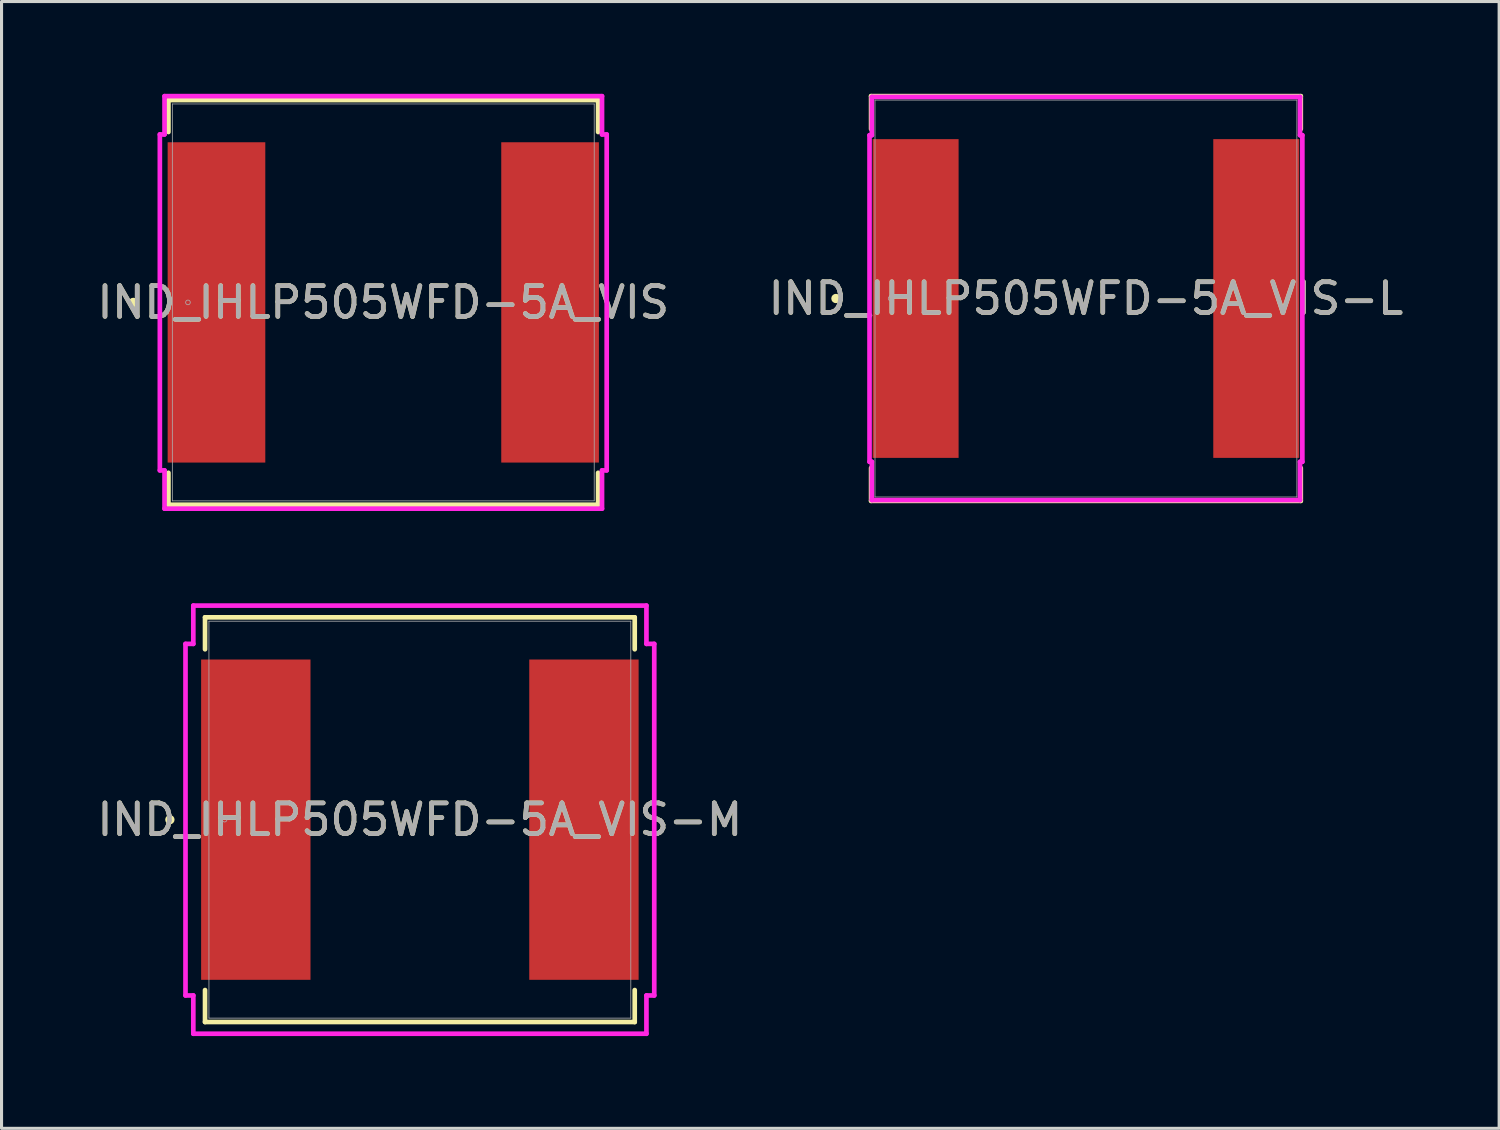
<source format=kicad_pcb>
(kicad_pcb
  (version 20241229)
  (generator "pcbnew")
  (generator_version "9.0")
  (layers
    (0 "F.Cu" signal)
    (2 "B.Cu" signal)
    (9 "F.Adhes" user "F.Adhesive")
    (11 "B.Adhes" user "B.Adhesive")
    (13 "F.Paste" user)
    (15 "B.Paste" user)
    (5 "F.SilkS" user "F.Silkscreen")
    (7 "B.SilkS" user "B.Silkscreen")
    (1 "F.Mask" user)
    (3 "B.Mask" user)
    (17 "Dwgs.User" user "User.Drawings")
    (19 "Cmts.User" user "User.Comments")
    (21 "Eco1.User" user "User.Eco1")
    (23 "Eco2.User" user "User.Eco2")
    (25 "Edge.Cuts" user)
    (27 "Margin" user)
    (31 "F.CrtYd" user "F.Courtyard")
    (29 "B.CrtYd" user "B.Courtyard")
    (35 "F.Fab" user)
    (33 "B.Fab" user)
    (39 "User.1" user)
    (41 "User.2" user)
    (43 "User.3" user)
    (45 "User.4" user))
  (footprint "IND_IHLP505WFD-5A_VIS-L"
    (layer "F.Cu")
    (at 32.256 6.655)
    (property "Reference" "IND_IHLP505WFD-5A_VIS-L" (at 0 0 0) (unlocked yes) (layer "F.SilkS") (effects (font (size 1 1) (thickness 0.15))))
    (attr smd)
    (fp_line (start -6.985 -6.579) (end -6.985 -5.51) (stroke (width 0.152) (type solid)) (layer "F.SilkS"))
    (fp_line (start -6.985 5.51) (end -6.985 6.579) (stroke (width 0.152) (type solid)) (layer "F.SilkS"))
    (fp_line (start -6.985 6.579) (end 6.985 6.579) (stroke (width 0.152) (type solid)) (layer "F.SilkS"))
    (fp_line (start 6.985 -6.579) (end -6.985 -6.579) (stroke (width 0.152) (type solid)) (layer "F.SilkS"))
    (fp_line (start 6.985 -5.51) (end 6.985 -6.579) (stroke (width 0.152) (type solid)) (layer "F.SilkS"))
    (fp_line (start 6.985 6.579) (end 6.985 5.51) (stroke (width 0.152) (type solid)) (layer "F.SilkS"))
    (fp_circle (center -8.128 0) (end -8.052 0) (stroke (width 0.152) (type solid)) (fill no) (layer "F.SilkS"))
    (fp_line (start -7.036 -5.309) (end -6.96 -5.309) (stroke (width 0.152) (type solid)) (layer "F.CrtYd"))
    (fp_line (start -7.036 5.309) (end -7.036 -5.309) (stroke (width 0.152) (type solid)) (layer "F.CrtYd"))
    (fp_line (start -6.96 -6.553) (end 6.96 -6.553) (stroke (width 0.152) (type solid)) (layer "F.CrtYd"))
    (fp_line (start -6.96 -5.309) (end -6.96 -6.553) (stroke (width 0.152) (type solid)) (layer "F.CrtYd"))
    (fp_line (start -6.96 5.309) (end -7.036 5.309) (stroke (width 0.152) (type solid)) (layer "F.CrtYd"))
    (fp_line (start -6.96 6.553) (end -6.96 5.309) (stroke (width 0.152) (type solid)) (layer "F.CrtYd"))
    (fp_line (start 6.96 -6.553) (end 6.96 -5.309) (stroke (width 0.152) (type solid)) (layer "F.CrtYd"))
    (fp_line (start 6.96 -5.309) (end 7.036 -5.309) (stroke (width 0.152) (type solid)) (layer "F.CrtYd"))
    (fp_line (start 6.96 5.309) (end 6.96 6.553) (stroke (width 0.152) (type solid)) (layer "F.CrtYd"))
    (fp_line (start 6.96 6.553) (end -6.96 6.553) (stroke (width 0.152) (type solid)) (layer "F.CrtYd"))
    (fp_line (start 7.036 -5.309) (end 7.036 5.309) (stroke (width 0.152) (type solid)) (layer "F.CrtYd"))
    (fp_line (start 7.036 5.309) (end 6.96 5.309) (stroke (width 0.152) (type solid)) (layer "F.CrtYd"))
    (fp_line (start -6.858 -6.452) (end -6.858 6.452) (stroke (width 0.025) (type solid)) (layer "F.Fab"))
    (fp_line (start -6.858 6.452) (end 6.858 6.452) (stroke (width 0.025) (type solid)) (layer "F.Fab"))
    (fp_line (start 6.858 -6.452) (end -6.858 -6.452) (stroke (width 0.025) (type solid)) (layer "F.Fab"))
    (fp_line (start 6.858 6.452) (end 6.858 -6.452) (stroke (width 0.025) (type solid)) (layer "F.Fab"))
    (fp_circle (center -6.35 0) (end -6.274 0) (stroke (width 0.025) (type solid)) (fill no) (layer "F.Fab"))
    (fp_text user "${REFERENCE}" (at 0 0 0) (unlocked yes) (layer "F.Fab") (effects (font (size 1 1) (thickness 0.15))))
    (pad "1" smd rect (at -5.537 0 90) (size 10.363 2.794) (layers "F.Cu" "F.Mask" "F.Paste"))
    (pad "2" smd rect (at 5.537 0 90) (size 10.363 2.794) (layers "F.Cu" "F.Mask" "F.Paste"))
    (zone (net_name "") (layer "F.Cu") (hatch full 0.508) (connect_pads) (min_thickness 0.254) (filled_areas_thickness no) (keepout (tracks not_allowed) (vias not_allowed) (pads allowed) (copperpour not_allowed) (footprints allowed)) (placement (enabled no)) (fill) (polygon (pts (xy 25.449 0.254) (xy 39.063 0.254) (xy 39.063 1.397) (xy 25.449 1.397))))
    (zone (net_name "") (layer "F.Cu") (hatch full 0.508) (connect_pads) (min_thickness 0.254) (filled_areas_thickness no) (keepout (tracks not_allowed) (vias not_allowed) (pads allowed) (copperpour not_allowed) (footprints allowed)) (placement (enabled no)) (fill) (polygon (pts (xy 25.449 11.913) (xy 39.063 11.913) (xy 39.063 13.056) (xy 25.449 13.056))))
    (zone (net_name "") (layer "F.Cu") (hatch full 0.508) (connect_pads) (min_thickness 0.254) (filled_areas_thickness no) (keepout (tracks not_allowed) (vias not_allowed) (pads allowed) (copperpour not_allowed) (footprints allowed)) (placement (enabled no)) (fill) (polygon (pts (xy 28.167 1.397) (xy 36.345 1.397) (xy 36.345 11.913) (xy 28.167 11.913)))))
  (footprint "IND_IHLP505WFD-5A_VIS"
    (layer "F.Cu")
    (at 9.411 6.782)
    (property "Reference" "IND_IHLP505WFD-5A_VIS" (at 0 0 0) (unlocked yes) (layer "F.SilkS") (effects (font (size 1 1) (thickness 0.15))))
    (attr smd)
    (fp_line (start -6.985 -6.579) (end -6.985 -5.54) (stroke (width 0.152) (type solid)) (layer "F.SilkS"))
    (fp_line (start -6.985 5.54) (end -6.985 6.579) (stroke (width 0.152) (type solid)) (layer "F.SilkS"))
    (fp_line (start -6.985 6.579) (end 6.985 6.579) (stroke (width 0.152) (type solid)) (layer "F.SilkS"))
    (fp_line (start 6.985 -6.579) (end -6.985 -6.579) (stroke (width 0.152) (type solid)) (layer "F.SilkS"))
    (fp_line (start 6.985 -5.54) (end 6.985 -6.579) (stroke (width 0.152) (type solid)) (layer "F.SilkS"))
    (fp_line (start 6.985 6.579) (end 6.985 5.54) (stroke (width 0.152) (type solid)) (layer "F.SilkS"))
    (fp_circle (center -8.128 0) (end -8.052 0) (stroke (width 0.152) (type solid)) (fill no) (layer "F.SilkS"))
    (fp_line (start -7.264 -5.461) (end -7.112 -5.461) (stroke (width 0.152) (type solid)) (layer "F.CrtYd"))
    (fp_line (start -7.264 5.461) (end -7.264 -5.461) (stroke (width 0.152) (type solid)) (layer "F.CrtYd"))
    (fp_line (start -7.112 -6.706) (end 7.112 -6.706) (stroke (width 0.152) (type solid)) (layer "F.CrtYd"))
    (fp_line (start -7.112 -5.461) (end -7.112 -6.706) (stroke (width 0.152) (type solid)) (layer "F.CrtYd"))
    (fp_line (start -7.112 5.461) (end -7.264 5.461) (stroke (width 0.152) (type solid)) (layer "F.CrtYd"))
    (fp_line (start -7.112 6.706) (end -7.112 5.461) (stroke (width 0.152) (type solid)) (layer "F.CrtYd"))
    (fp_line (start 7.112 -6.706) (end 7.112 -5.461) (stroke (width 0.152) (type solid)) (layer "F.CrtYd"))
    (fp_line (start 7.112 -5.461) (end 7.264 -5.461) (stroke (width 0.152) (type solid)) (layer "F.CrtYd"))
    (fp_line (start 7.112 5.461) (end 7.112 6.706) (stroke (width 0.152) (type solid)) (layer "F.CrtYd"))
    (fp_line (start 7.112 6.706) (end -7.112 6.706) (stroke (width 0.152) (type solid)) (layer "F.CrtYd"))
    (fp_line (start 7.264 -5.461) (end 7.264 5.461) (stroke (width 0.152) (type solid)) (layer "F.CrtYd"))
    (fp_line (start 7.264 5.461) (end 7.112 5.461) (stroke (width 0.152) (type solid)) (layer "F.CrtYd"))
    (fp_line (start -6.858 -6.452) (end -6.858 6.452) (stroke (width 0.025) (type solid)) (layer "F.Fab"))
    (fp_line (start -6.858 6.452) (end 6.858 6.452) (stroke (width 0.025) (type solid)) (layer "F.Fab"))
    (fp_line (start 6.858 -6.452) (end -6.858 -6.452) (stroke (width 0.025) (type solid)) (layer "F.Fab"))
    (fp_line (start 6.858 6.452) (end 6.858 -6.452) (stroke (width 0.025) (type solid)) (layer "F.Fab"))
    (fp_circle (center -6.35 0) (end -6.274 0) (stroke (width 0.025) (type solid)) (fill no) (layer "F.Fab"))
    (fp_text user "${REFERENCE}" (at 0 0 0) (unlocked yes) (layer "F.Fab") (effects (font (size 1 1) (thickness 0.15))))
    (pad "1" smd rect (at -5.423 0 90) (size 10.414 3.175) (layers "F.Cu" "F.Mask" "F.Paste"))
    (pad "2" smd rect (at 5.423 0 90) (size 10.414 3.175) (layers "F.Cu" "F.Mask" "F.Paste"))
    (zone (net_name "") (layer "F.Cu") (hatch full 0.508) (connect_pads) (min_thickness 0.254) (filled_areas_thickness no) (keepout (tracks not_allowed) (vias not_allowed) (pads allowed) (copperpour not_allowed) (footprints allowed)) (placement (enabled no)) (fill) (polygon (pts (xy 2.604 0.381) (xy 16.218 0.381) (xy 16.218 1.524) (xy 2.604 1.524))))
    (zone (net_name "") (layer "F.Cu") (hatch full 0.508) (connect_pads) (min_thickness 0.254) (filled_areas_thickness no) (keepout (tracks not_allowed) (vias not_allowed) (pads allowed) (copperpour not_allowed) (footprints allowed)) (placement (enabled no)) (fill) (polygon (pts (xy 2.604 12.04) (xy 16.218 12.04) (xy 16.218 13.183) (xy 2.604 13.183))))
    (zone (net_name "") (layer "F.Cu") (hatch full 0.508) (connect_pads) (min_thickness 0.254) (filled_areas_thickness no) (keepout (tracks not_allowed) (vias not_allowed) (pads allowed) (copperpour not_allowed) (footprints allowed)) (placement (enabled no)) (fill) (polygon (pts (xy 5.626 1.524) (xy 13.195 1.524) (xy 13.195 12.04) (xy 5.626 12.04)))))
  (footprint "IND_IHLP505WFD-5A_VIS-M"
    (layer "F.Cu")
    (at 10.601 23.599)
    (property "Reference" "IND_IHLP505WFD-5A_VIS-M" (at 0 0 0) (unlocked yes) (layer "F.SilkS") (effects (font (size 1 1) (thickness 0.15))))
    (attr smd)
    (fp_line (start -6.985 -6.579) (end -6.985 -5.54) (stroke (width 0.152) (type solid)) (layer "F.SilkS"))
    (fp_line (start -6.985 5.54) (end -6.985 6.579) (stroke (width 0.152) (type solid)) (layer "F.SilkS"))
    (fp_line (start -6.985 6.579) (end 6.985 6.579) (stroke (width 0.152) (type solid)) (layer "F.SilkS"))
    (fp_line (start 6.985 -6.579) (end -6.985 -6.579) (stroke (width 0.152) (type solid)) (layer "F.SilkS"))
    (fp_line (start 6.985 -5.54) (end 6.985 -6.579) (stroke (width 0.152) (type solid)) (layer "F.SilkS"))
    (fp_line (start 6.985 6.579) (end 6.985 5.54) (stroke (width 0.152) (type solid)) (layer "F.SilkS"))
    (fp_circle (center -8.128 0) (end -8.052 0) (stroke (width 0.152) (type solid)) (fill no) (layer "F.SilkS"))
    (fp_line (start -7.62 -5.715) (end -7.366 -5.715) (stroke (width 0.152) (type solid)) (layer "F.CrtYd"))
    (fp_line (start -7.62 5.715) (end -7.62 -5.715) (stroke (width 0.152) (type solid)) (layer "F.CrtYd"))
    (fp_line (start -7.366 -6.96) (end 7.366 -6.96) (stroke (width 0.152) (type solid)) (layer "F.CrtYd"))
    (fp_line (start -7.366 -5.715) (end -7.366 -6.96) (stroke (width 0.152) (type solid)) (layer "F.CrtYd"))
    (fp_line (start -7.366 5.715) (end -7.62 5.715) (stroke (width 0.152) (type solid)) (layer "F.CrtYd"))
    (fp_line (start -7.366 6.96) (end -7.366 5.715) (stroke (width 0.152) (type solid)) (layer "F.CrtYd"))
    (fp_line (start 7.366 -6.96) (end 7.366 -5.715) (stroke (width 0.152) (type solid)) (layer "F.CrtYd"))
    (fp_line (start 7.366 -5.715) (end 7.62 -5.715) (stroke (width 0.152) (type solid)) (layer "F.CrtYd"))
    (fp_line (start 7.366 5.715) (end 7.366 6.96) (stroke (width 0.152) (type solid)) (layer "F.CrtYd"))
    (fp_line (start 7.366 6.96) (end -7.366 6.96) (stroke (width 0.152) (type solid)) (layer "F.CrtYd"))
    (fp_line (start 7.62 -5.715) (end 7.62 5.715) (stroke (width 0.152) (type solid)) (layer "F.CrtYd"))
    (fp_line (start 7.62 5.715) (end 7.366 5.715) (stroke (width 0.152) (type solid)) (layer "F.CrtYd"))
    (fp_line (start -6.858 -6.452) (end -6.858 6.452) (stroke (width 0.025) (type solid)) (layer "F.Fab"))
    (fp_line (start -6.858 6.452) (end 6.858 6.452) (stroke (width 0.025) (type solid)) (layer "F.Fab"))
    (fp_line (start 6.858 -6.452) (end -6.858 -6.452) (stroke (width 0.025) (type solid)) (layer "F.Fab"))
    (fp_line (start 6.858 6.452) (end 6.858 -6.452) (stroke (width 0.025) (type solid)) (layer "F.Fab"))
    (fp_circle (center -6.35 0) (end -6.274 0) (stroke (width 0.025) (type solid)) (fill no) (layer "F.Fab"))
    (fp_text user "${REFERENCE}" (at 0 0 0) (unlocked yes) (layer "F.Fab") (effects (font (size 1 1) (thickness 0.15))))
    (pad "1" smd rect (at -5.334 0 90) (size 10.414 3.556) (layers "F.Cu" "F.Mask" "F.Paste"))
    (pad "2" smd rect (at 5.334 0 90) (size 10.414 3.556) (layers "F.Cu" "F.Mask" "F.Paste"))
    (zone (net_name "") (layer "F.Cu") (hatch full 0.508) (connect_pads) (min_thickness 0.254) (filled_areas_thickness no) (keepout (tracks not_allowed) (vias not_allowed) (pads allowed) (copperpour not_allowed) (footprints allowed)) (placement (enabled no)) (fill) (polygon (pts (xy 3.794 17.199) (xy 17.408 17.199) (xy 17.408 18.342) (xy 3.794 18.342))))
    (zone (net_name "") (layer "F.Cu") (hatch full 0.508) (connect_pads) (min_thickness 0.254) (filled_areas_thickness no) (keepout (tracks not_allowed) (vias not_allowed) (pads allowed) (copperpour not_allowed) (footprints allowed)) (placement (enabled no)) (fill) (polygon (pts (xy 3.794 28.857) (xy 17.408 28.857) (xy 17.408 30) (xy 3.794 30))))
    (zone (net_name "") (layer "F.Cu") (hatch full 0.508) (connect_pads) (min_thickness 0.254) (filled_areas_thickness no) (keepout (tracks not_allowed) (vias not_allowed) (pads allowed) (copperpour not_allowed) (footprints allowed)) (placement (enabled no)) (fill) (polygon (pts (xy 7.096 18.342) (xy 14.106 18.342) (xy 14.106 28.857) (xy 7.096 28.857)))))
  (gr_rect
    (start -3 -3)
    (end 45.69 33.635)
    (stroke (width 0.1) (type default))
    (fill no)
    (layer "Edge.Cuts")))
</source>
